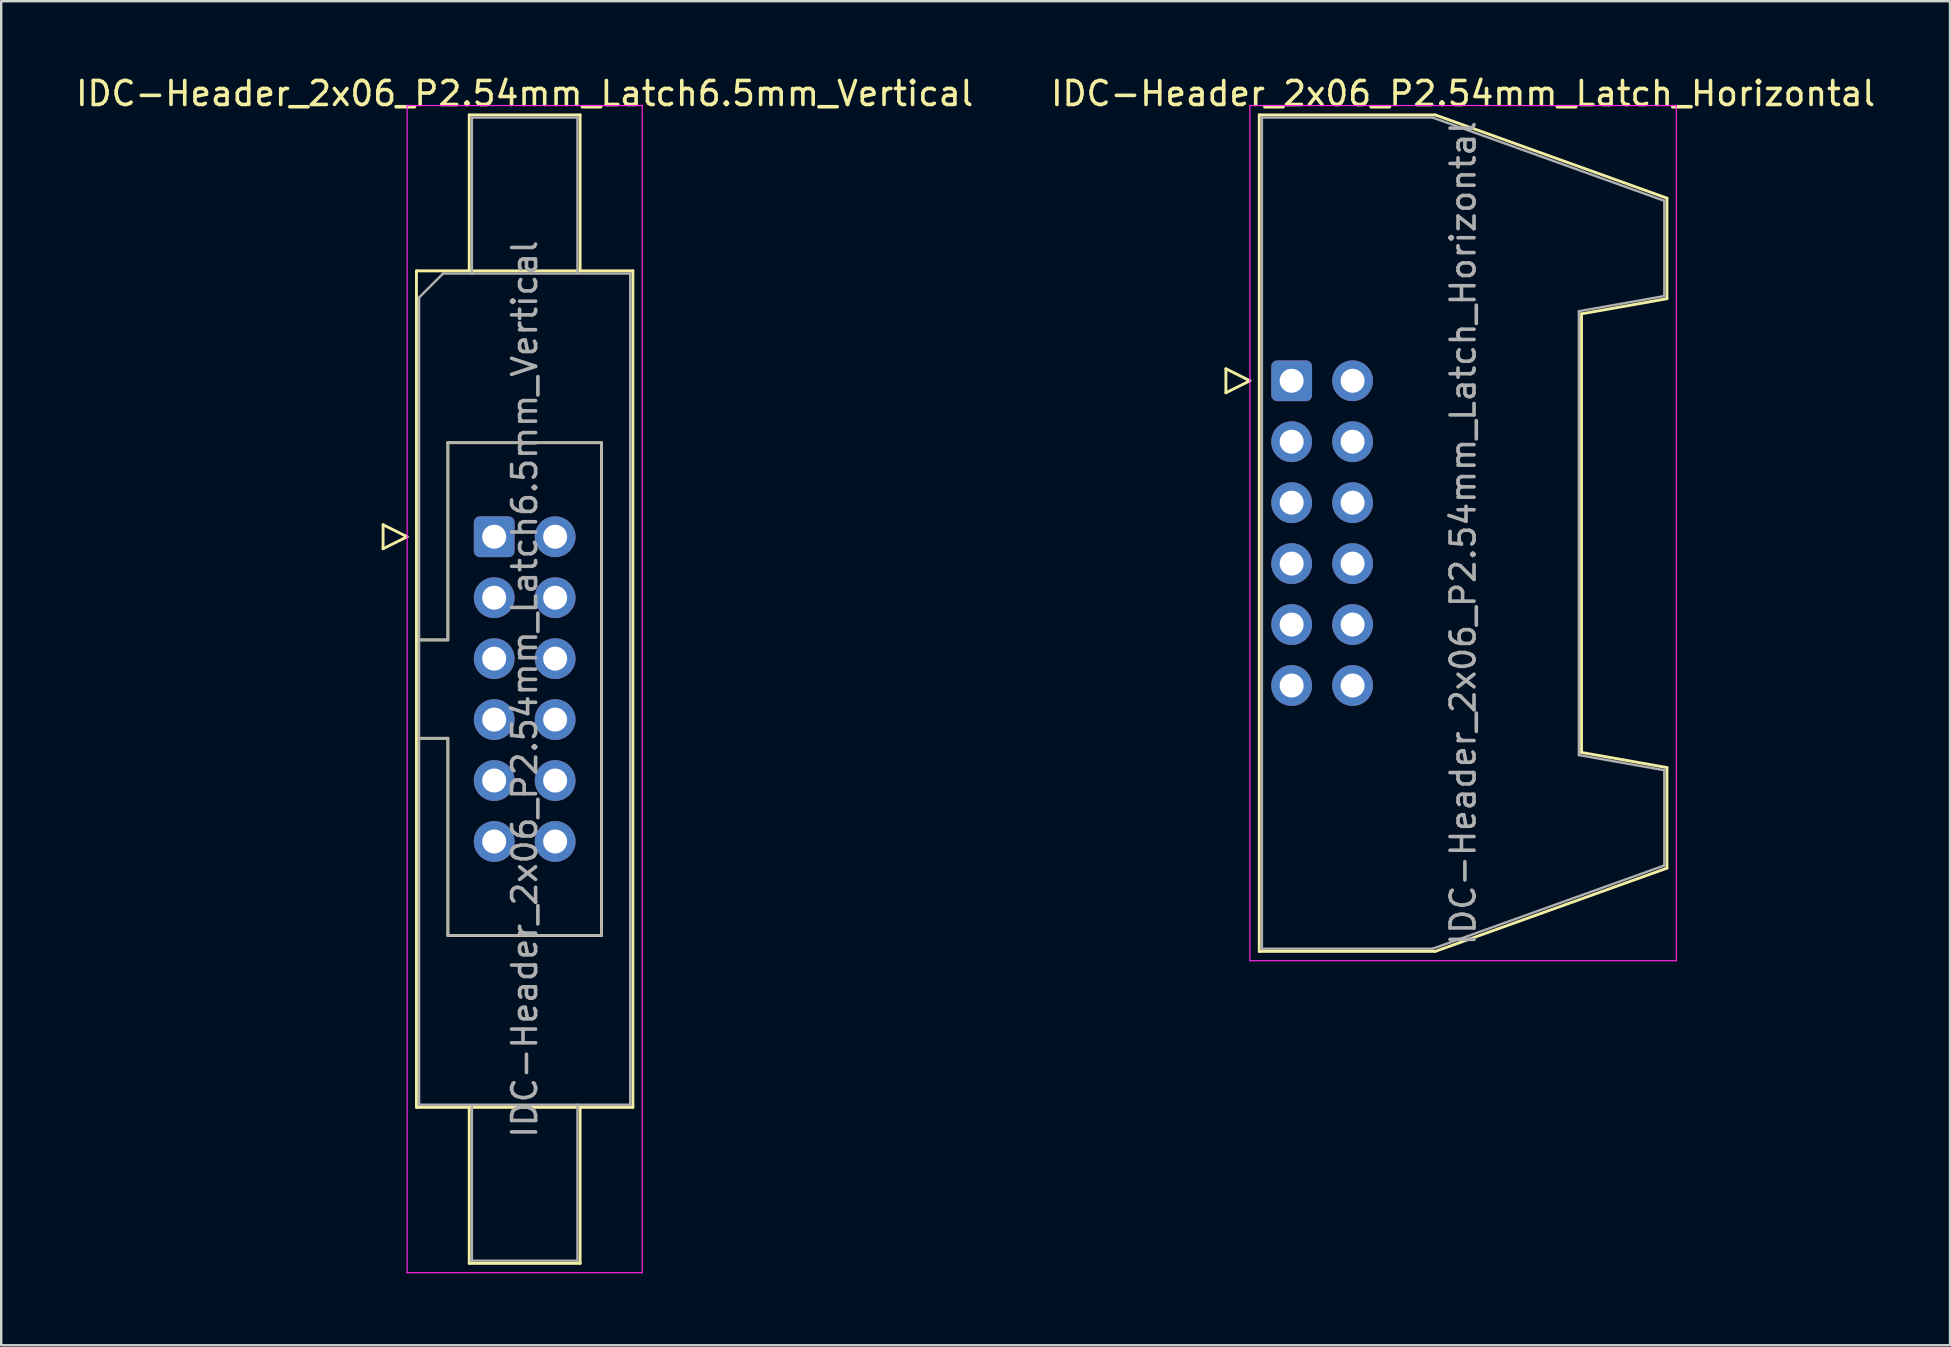
<source format=kicad_pcb>
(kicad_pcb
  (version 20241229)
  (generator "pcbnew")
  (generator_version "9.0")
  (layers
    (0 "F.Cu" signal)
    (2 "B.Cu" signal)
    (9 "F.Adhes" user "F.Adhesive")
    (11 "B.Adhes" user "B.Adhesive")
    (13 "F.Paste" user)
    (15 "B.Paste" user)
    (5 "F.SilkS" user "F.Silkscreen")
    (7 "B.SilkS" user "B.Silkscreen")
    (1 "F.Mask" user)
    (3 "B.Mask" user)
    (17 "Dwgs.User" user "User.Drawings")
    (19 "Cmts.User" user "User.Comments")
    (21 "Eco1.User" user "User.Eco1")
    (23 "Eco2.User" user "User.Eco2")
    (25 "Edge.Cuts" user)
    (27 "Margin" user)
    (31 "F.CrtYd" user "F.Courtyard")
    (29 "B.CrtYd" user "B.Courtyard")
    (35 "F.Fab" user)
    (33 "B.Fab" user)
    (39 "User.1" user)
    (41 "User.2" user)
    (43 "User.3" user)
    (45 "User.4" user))
  (footprint "IDC-Header_2x06_P2.54mm_Latch_Horizontal"
    (layer "F.Cu")
    (at 50.778 12.818)
    (property "Reference" "IDC-Header_2x06_P2.54mm_Latch_Horizontal" (at 7.145 -11.97 0) (layer "F.SilkS") (effects (font (size 1 1) (thickness 0.15))))
    (attr through_hole)
    (fp_line (start -2.74 -0.5) (end -2.74 0.5) (stroke (width 0.12) (type solid)) (layer "F.SilkS"))
    (fp_line (start -2.74 0.5) (end -1.74 0) (stroke (width 0.12) (type solid)) (layer "F.SilkS"))
    (fp_line (start -1.74 0) (end -2.74 -0.5) (stroke (width 0.12) (type solid)) (layer "F.SilkS"))
    (fp_line (start -1.35 -11.08) (end 5.98 -11.08) (stroke (width 0.12) (type solid)) (layer "F.SilkS"))
    (fp_line (start -1.35 23.78) (end -1.35 -11.08) (stroke (width 0.12) (type solid)) (layer "F.SilkS"))
    (fp_line (start 5.98 -11.08) (end 15.64 -7.61) (stroke (width 0.12) (type solid)) (layer "F.SilkS"))
    (fp_line (start 5.98 23.78) (end -1.35 23.78) (stroke (width 0.12) (type solid)) (layer "F.SilkS"))
    (fp_line (start 12.08 -2.79) (end 12.08 15.49) (stroke (width 0.12) (type solid)) (layer "F.SilkS"))
    (fp_line (start 12.08 15.49) (end 15.64 16.12) (stroke (width 0.12) (type solid)) (layer "F.SilkS"))
    (fp_line (start 15.64 -7.61) (end 15.64 -3.42) (stroke (width 0.12) (type solid)) (layer "F.SilkS"))
    (fp_line (start 15.64 -3.42) (end 12.08 -2.79) (stroke (width 0.12) (type solid)) (layer "F.SilkS"))
    (fp_line (start 15.64 16.12) (end 15.64 20.31) (stroke (width 0.12) (type solid)) (layer "F.SilkS"))
    (fp_line (start 15.64 20.31) (end 5.98 23.78) (stroke (width 0.12) (type solid)) (layer "F.SilkS"))
    (fp_line (start -1.74 -11.47) (end -1.74 24.17) (stroke (width 0.05) (type solid)) (layer "F.CrtYd"))
    (fp_line (start -1.74 24.17) (end 16.03 24.17) (stroke (width 0.05) (type solid)) (layer "F.CrtYd"))
    (fp_line (start 16.03 -11.47) (end -1.74 -11.47) (stroke (width 0.05) (type solid)) (layer "F.CrtYd"))
    (fp_line (start 16.03 24.17) (end 16.03 -11.47) (stroke (width 0.05) (type solid)) (layer "F.CrtYd"))
    (fp_line (start -1.24 -10.97) (end 5.87 -10.97) (stroke (width 0.1) (type solid)) (layer "F.Fab"))
    (fp_line (start -1.24 23.67) (end -1.24 -10.97) (stroke (width 0.1) (type solid)) (layer "F.Fab"))
    (fp_line (start 5.87 -10.97) (end 15.53 -7.5) (stroke (width 0.1) (type solid)) (layer "F.Fab"))
    (fp_line (start 5.87 23.67) (end -1.24 23.67) (stroke (width 0.1) (type solid)) (layer "F.Fab"))
    (fp_line (start 11.97 -2.9) (end 11.97 15.6) (stroke (width 0.1) (type solid)) (layer "F.Fab"))
    (fp_line (start 11.97 15.6) (end 15.53 16.23) (stroke (width 0.1) (type solid)) (layer "F.Fab"))
    (fp_line (start 15.53 -7.5) (end 15.53 -3.53) (stroke (width 0.1) (type solid)) (layer "F.Fab"))
    (fp_line (start 15.53 -3.53) (end 11.97 -2.9) (stroke (width 0.1) (type solid)) (layer "F.Fab"))
    (fp_line (start 15.53 16.23) (end 15.53 20.2) (stroke (width 0.1) (type solid)) (layer "F.Fab"))
    (fp_line (start 15.53 20.2) (end 5.87 23.67) (stroke (width 0.1) (type solid)) (layer "F.Fab"))
    (fp_text user "${REFERENCE}" (at 7.145 6.35 90) (layer "F.Fab") (effects (font (size 1 1) (thickness 0.15))))
    (pad "1" thru_hole roundrect (at 0 0) (size 1.7 1.7) (drill 1) (layers "*.Cu" "*.Mask") (roundrect_rratio 0.147))
    (pad "2" thru_hole circle (at 2.54 0) (size 1.7 1.7) (drill 1) (layers "*.Cu" "*.Mask"))
    (pad "3" thru_hole circle (at 0 2.54) (size 1.7 1.7) (drill 1) (layers "*.Cu" "*.Mask"))
    (pad "4" thru_hole circle (at 2.54 2.54) (size 1.7 1.7) (drill 1) (layers "*.Cu" "*.Mask"))
    (pad "5" thru_hole circle (at 0 5.08) (size 1.7 1.7) (drill 1) (layers "*.Cu" "*.Mask"))
    (pad "6" thru_hole circle (at 2.54 5.08) (size 1.7 1.7) (drill 1) (layers "*.Cu" "*.Mask"))
    (pad "7" thru_hole circle (at 0 7.62) (size 1.7 1.7) (drill 1) (layers "*.Cu" "*.Mask"))
    (pad "8" thru_hole circle (at 2.54 7.62) (size 1.7 1.7) (drill 1) (layers "*.Cu" "*.Mask"))
    (pad "9" thru_hole circle (at 0 10.16) (size 1.7 1.7) (drill 1) (layers "*.Cu" "*.Mask"))
    (pad "10" thru_hole circle (at 2.54 10.16) (size 1.7 1.7) (drill 1) (layers "*.Cu" "*.Mask"))
    (pad "11" thru_hole circle (at 0 12.7) (size 1.7 1.7) (drill 1) (layers "*.Cu" "*.Mask"))
    (pad "12" thru_hole circle (at 2.54 12.7) (size 1.7 1.7) (drill 1) (layers "*.Cu" "*.Mask")))
  (footprint "IDC-Header_2x06_P2.54mm_Latch6.5mm_Vertical"
    (layer "F.Cu")
    (at 17.545 19.318)
    (property "Reference" "IDC-Header_2x06_P2.54mm_Latch6.5mm_Vertical" (at 1.27 -18.47 0) (layer "F.SilkS") (effects (font (size 1 1) (thickness 0.15))))
    (attr through_hole)
    (fp_line (start -4.63 -0.5) (end -4.63 0.5) (stroke (width 0.12) (type solid)) (layer "F.SilkS"))
    (fp_line (start -4.63 0.5) (end -3.63 0) (stroke (width 0.12) (type solid)) (layer "F.SilkS"))
    (fp_line (start -3.63 0) (end -4.63 -0.5) (stroke (width 0.12) (type solid)) (layer "F.SilkS"))
    (fp_line (start -3.24 -11.08) (end 5.78 -11.08) (stroke (width 0.12) (type solid)) (layer "F.SilkS"))
    (fp_line (start -3.24 4.3) (end -1.93 4.3) (stroke (width 0.12) (type solid)) (layer "F.SilkS"))
    (fp_line (start -3.24 23.78) (end -3.24 -11.08) (stroke (width 0.12) (type solid)) (layer "F.SilkS"))
    (fp_line (start -1.93 -3.92) (end 4.47 -3.92) (stroke (width 0.12) (type solid)) (layer "F.SilkS"))
    (fp_line (start -1.93 4.3) (end -1.93 -3.92) (stroke (width 0.12) (type solid)) (layer "F.SilkS"))
    (fp_line (start -1.93 8.4) (end -3.24 8.4) (stroke (width 0.12) (type solid)) (layer "F.SilkS"))
    (fp_line (start -1.93 16.62) (end -1.93 8.4) (stroke (width 0.12) (type solid)) (layer "F.SilkS"))
    (fp_line (start -1.04 -17.58) (end 3.58 -17.58) (stroke (width 0.12) (type solid)) (layer "F.SilkS"))
    (fp_line (start -1.04 -11.08) (end -1.04 -17.58) (stroke (width 0.12) (type solid)) (layer "F.SilkS"))
    (fp_line (start -1.04 23.78) (end -1.04 30.28) (stroke (width 0.12) (type solid)) (layer "F.SilkS"))
    (fp_line (start -1.04 30.28) (end 3.58 30.28) (stroke (width 0.12) (type solid)) (layer "F.SilkS"))
    (fp_line (start 3.58 -17.58) (end 3.58 -11.08) (stroke (width 0.12) (type solid)) (layer "F.SilkS"))
    (fp_line (start 3.58 30.28) (end 3.58 23.78) (stroke (width 0.12) (type solid)) (layer "F.SilkS"))
    (fp_line (start 4.47 -3.92) (end 4.47 16.62) (stroke (width 0.12) (type solid)) (layer "F.SilkS"))
    (fp_line (start 4.47 16.62) (end -1.93 16.62) (stroke (width 0.12) (type solid)) (layer "F.SilkS"))
    (fp_line (start 5.78 -11.08) (end 5.78 23.78) (stroke (width 0.12) (type solid)) (layer "F.SilkS"))
    (fp_line (start 5.78 23.78) (end -3.24 23.78) (stroke (width 0.12) (type solid)) (layer "F.SilkS"))
    (fp_line (start -3.63 -17.97) (end -3.63 30.67) (stroke (width 0.05) (type solid)) (layer "F.CrtYd"))
    (fp_line (start -3.63 30.67) (end 6.17 30.67) (stroke (width 0.05) (type solid)) (layer "F.CrtYd"))
    (fp_line (start 6.17 -17.97) (end -3.63 -17.97) (stroke (width 0.05) (type solid)) (layer "F.CrtYd"))
    (fp_line (start 6.17 30.67) (end 6.17 -17.97) (stroke (width 0.05) (type solid)) (layer "F.CrtYd"))
    (fp_line (start -3.13 -9.97) (end -2.13 -10.97) (stroke (width 0.1) (type solid)) (layer "F.Fab"))
    (fp_line (start -3.13 4.3) (end -1.93 4.3) (stroke (width 0.1) (type solid)) (layer "F.Fab"))
    (fp_line (start -3.13 23.67) (end -3.13 -9.97) (stroke (width 0.1) (type solid)) (layer "F.Fab"))
    (fp_line (start -2.13 -10.97) (end 5.67 -10.97) (stroke (width 0.1) (type solid)) (layer "F.Fab"))
    (fp_line (start -1.93 -3.92) (end 4.47 -3.92) (stroke (width 0.1) (type solid)) (layer "F.Fab"))
    (fp_line (start -1.93 4.3) (end -1.93 -3.92) (stroke (width 0.1) (type solid)) (layer "F.Fab"))
    (fp_line (start -1.93 8.4) (end -3.13 8.4) (stroke (width 0.1) (type solid)) (layer "F.Fab"))
    (fp_line (start -1.93 16.62) (end -1.93 8.4) (stroke (width 0.1) (type solid)) (layer "F.Fab"))
    (fp_line (start -0.93 -17.47) (end 3.47 -17.47) (stroke (width 0.1) (type solid)) (layer "F.Fab"))
    (fp_line (start -0.93 -10.97) (end -0.93 -17.47) (stroke (width 0.1) (type solid)) (layer "F.Fab"))
    (fp_line (start -0.93 23.67) (end -0.93 30.17) (stroke (width 0.1) (type solid)) (layer "F.Fab"))
    (fp_line (start -0.93 30.17) (end 3.47 30.17) (stroke (width 0.1) (type solid)) (layer "F.Fab"))
    (fp_line (start 3.47 -17.47) (end 3.47 -10.97) (stroke (width 0.1) (type solid)) (layer "F.Fab"))
    (fp_line (start 3.47 30.17) (end 3.47 23.67) (stroke (width 0.1) (type solid)) (layer "F.Fab"))
    (fp_line (start 4.47 -3.92) (end 4.47 16.62) (stroke (width 0.1) (type solid)) (layer "F.Fab"))
    (fp_line (start 4.47 16.62) (end -1.93 16.62) (stroke (width 0.1) (type solid)) (layer "F.Fab"))
    (fp_line (start 5.67 -10.97) (end 5.67 23.67) (stroke (width 0.1) (type solid)) (layer "F.Fab"))
    (fp_line (start 5.67 23.67) (end -3.13 23.67) (stroke (width 0.1) (type solid)) (layer "F.Fab"))
    (fp_text user "${REFERENCE}" (at 1.27 6.35 90) (layer "F.Fab") (effects (font (size 1 1) (thickness 0.15))))
    (pad "1" thru_hole roundrect (at 0 0) (size 1.7 1.7) (drill 1) (layers "*.Cu" "*.Mask") (roundrect_rratio 0.147))
    (pad "2" thru_hole circle (at 2.54 0) (size 1.7 1.7) (drill 1) (layers "*.Cu" "*.Mask"))
    (pad "3" thru_hole circle (at 0 2.54) (size 1.7 1.7) (drill 1) (layers "*.Cu" "*.Mask"))
    (pad "4" thru_hole circle (at 2.54 2.54) (size 1.7 1.7) (drill 1) (layers "*.Cu" "*.Mask"))
    (pad "5" thru_hole circle (at 0 5.08) (size 1.7 1.7) (drill 1) (layers "*.Cu" "*.Mask"))
    (pad "6" thru_hole circle (at 2.54 5.08) (size 1.7 1.7) (drill 1) (layers "*.Cu" "*.Mask"))
    (pad "7" thru_hole circle (at 0 7.62) (size 1.7 1.7) (drill 1) (layers "*.Cu" "*.Mask"))
    (pad "8" thru_hole circle (at 2.54 7.62) (size 1.7 1.7) (drill 1) (layers "*.Cu" "*.Mask"))
    (pad "9" thru_hole circle (at 0 10.16) (size 1.7 1.7) (drill 1) (layers "*.Cu" "*.Mask"))
    (pad "10" thru_hole circle (at 2.54 10.16) (size 1.7 1.7) (drill 1) (layers "*.Cu" "*.Mask"))
    (pad "11" thru_hole circle (at 0 12.7) (size 1.7 1.7) (drill 1) (layers "*.Cu" "*.Mask"))
    (pad "12" thru_hole circle (at 2.54 12.7) (size 1.7 1.7) (drill 1) (layers "*.Cu" "*.Mask")))
  (gr_rect
    (start -3 -3)
    (end 78.214 53.013)
    (stroke (width 0.1) (type default))
    (fill no)
    (layer "Edge.Cuts")))
</source>
